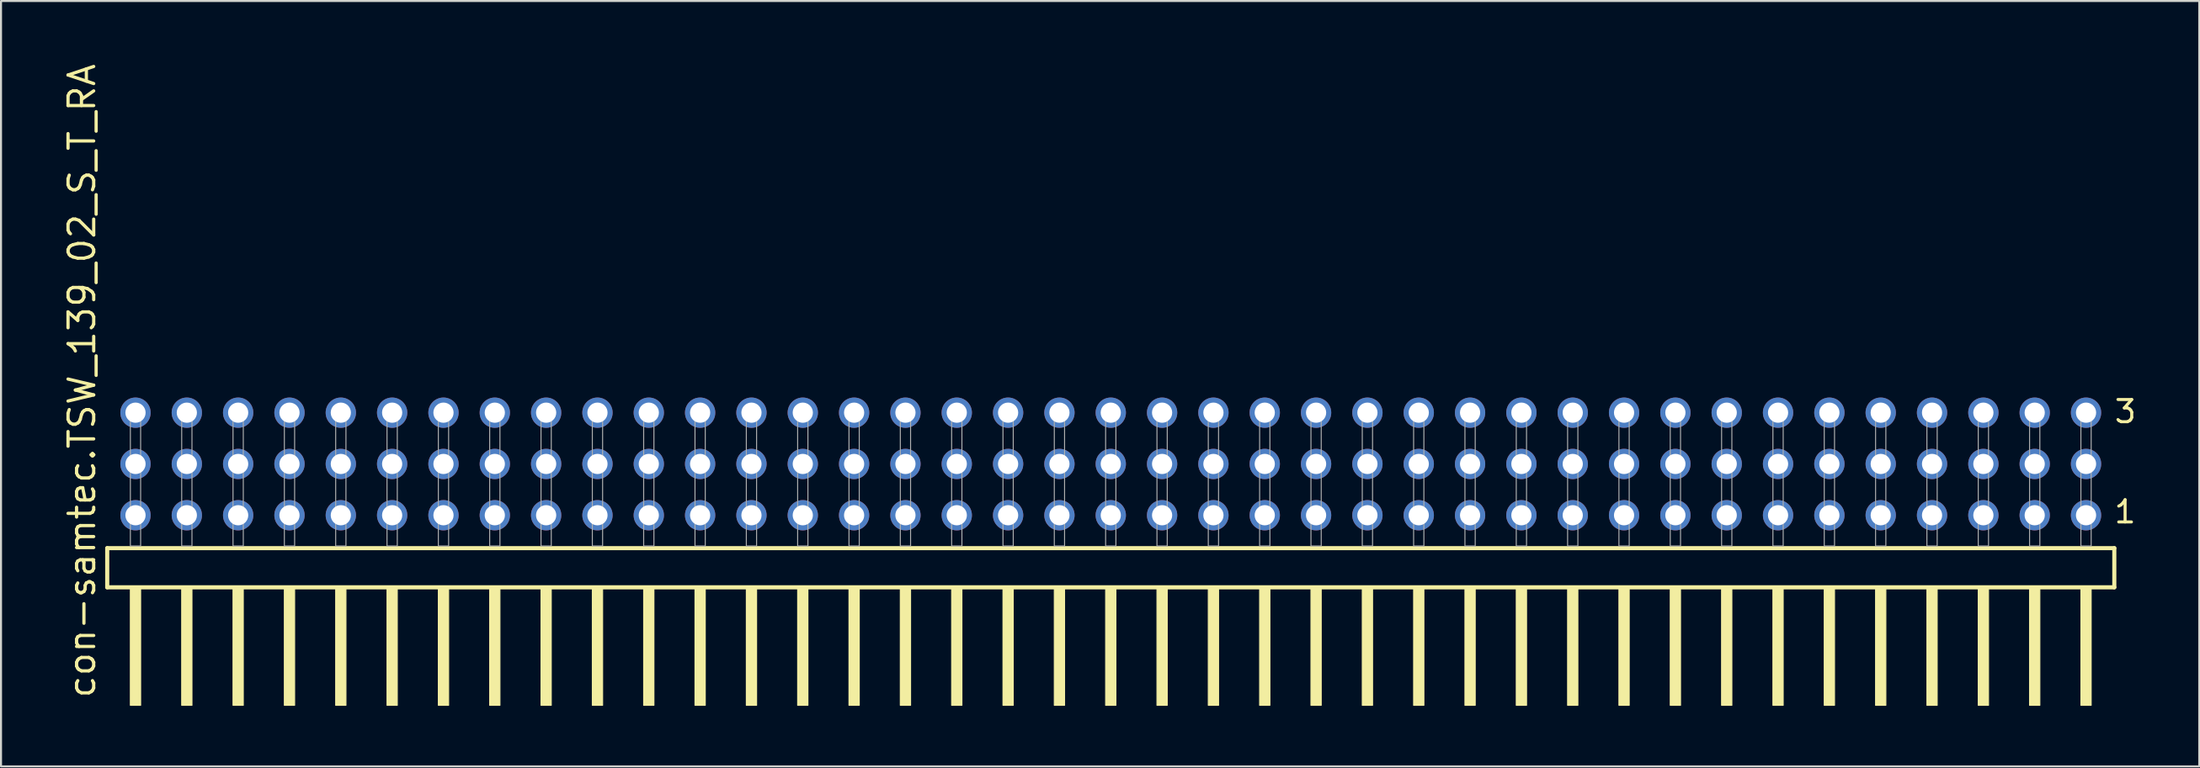
<source format=kicad_pcb>
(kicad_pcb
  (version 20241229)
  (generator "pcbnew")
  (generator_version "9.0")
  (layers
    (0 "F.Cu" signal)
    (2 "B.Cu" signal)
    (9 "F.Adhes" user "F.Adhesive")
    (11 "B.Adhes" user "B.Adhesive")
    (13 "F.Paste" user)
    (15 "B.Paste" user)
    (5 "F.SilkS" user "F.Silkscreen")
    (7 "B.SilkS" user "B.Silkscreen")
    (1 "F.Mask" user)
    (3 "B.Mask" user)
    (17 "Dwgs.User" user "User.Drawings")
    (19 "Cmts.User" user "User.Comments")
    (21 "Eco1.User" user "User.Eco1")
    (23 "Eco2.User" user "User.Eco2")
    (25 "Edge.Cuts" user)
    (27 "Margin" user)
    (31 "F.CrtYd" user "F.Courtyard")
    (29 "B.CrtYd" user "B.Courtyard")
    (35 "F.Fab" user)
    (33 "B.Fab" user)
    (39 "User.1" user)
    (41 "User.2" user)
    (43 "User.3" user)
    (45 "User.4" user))
  (footprint "con-samtec.TSW_139_02_S_T_RA"
    (layer "F.Cu")
    (at 51.915 23.993)
    (property "Reference" "con-samtec.TSW_139_02_S_T_RA" (at -50.165 7.62 90) (layer "F.SilkS") (effects (font (size 1.27 1.27) (thickness 0.16)) (justify left bottom)))
    (attr through_hole)
    (fp_line (start -49.659 0.106) (end -49.659 2.046) (stroke (width 0.203) (type default)) (layer "F.SilkS"))
    (fp_line (start -49.659 2.046) (end 49.659 2.046) (stroke (width 0.203) (type default)) (layer "F.SilkS"))
    (fp_line (start 49.659 0.106) (end -49.659 0.106) (stroke (width 0.203) (type default)) (layer "F.SilkS"))
    (fp_line (start 49.659 2.046) (end 49.659 0.106) (stroke (width 0.203) (type default)) (layer "F.SilkS"))
    (fp_rect (start -48.514 7.89) (end -48.006 2.04) (stroke (width 0.05) (type default)) (fill yes) (layer "F.SilkS"))
    (fp_rect (start -45.974 7.89) (end -45.466 2.04) (stroke (width 0.05) (type default)) (fill yes) (layer "F.SilkS"))
    (fp_rect (start -43.434 7.89) (end -42.926 2.04) (stroke (width 0.05) (type default)) (fill yes) (layer "F.SilkS"))
    (fp_rect (start -40.894 7.89) (end -40.386 2.04) (stroke (width 0.05) (type default)) (fill yes) (layer "F.SilkS"))
    (fp_rect (start -38.354 7.89) (end -37.846 2.04) (stroke (width 0.05) (type default)) (fill yes) (layer "F.SilkS"))
    (fp_rect (start -35.814 7.89) (end -35.306 2.04) (stroke (width 0.05) (type default)) (fill yes) (layer "F.SilkS"))
    (fp_rect (start -33.274 7.89) (end -32.766 2.04) (stroke (width 0.05) (type default)) (fill yes) (layer "F.SilkS"))
    (fp_rect (start -30.734 7.89) (end -30.226 2.04) (stroke (width 0.05) (type default)) (fill yes) (layer "F.SilkS"))
    (fp_rect (start -28.194 7.89) (end -27.686 2.04) (stroke (width 0.05) (type default)) (fill yes) (layer "F.SilkS"))
    (fp_rect (start -25.654 7.89) (end -25.146 2.04) (stroke (width 0.05) (type default)) (fill yes) (layer "F.SilkS"))
    (fp_rect (start -23.114 7.89) (end -22.606 2.04) (stroke (width 0.05) (type default)) (fill yes) (layer "F.SilkS"))
    (fp_rect (start -20.574 7.89) (end -20.066 2.04) (stroke (width 0.05) (type default)) (fill yes) (layer "F.SilkS"))
    (fp_rect (start -18.034 7.89) (end -17.526 2.04) (stroke (width 0.05) (type default)) (fill yes) (layer "F.SilkS"))
    (fp_rect (start -15.494 7.89) (end -14.986 2.04) (stroke (width 0.05) (type default)) (fill yes) (layer "F.SilkS"))
    (fp_rect (start -12.954 7.89) (end -12.446 2.04) (stroke (width 0.05) (type default)) (fill yes) (layer "F.SilkS"))
    (fp_rect (start -10.414 7.89) (end -9.906 2.04) (stroke (width 0.05) (type default)) (fill yes) (layer "F.SilkS"))
    (fp_rect (start -7.874 7.89) (end -7.366 2.04) (stroke (width 0.05) (type default)) (fill yes) (layer "F.SilkS"))
    (fp_rect (start -5.334 7.89) (end -4.826 2.04) (stroke (width 0.05) (type default)) (fill yes) (layer "F.SilkS"))
    (fp_rect (start -2.794 7.89) (end -2.286 2.04) (stroke (width 0.05) (type default)) (fill yes) (layer "F.SilkS"))
    (fp_rect (start -0.254 7.89) (end 0.254 2.04) (stroke (width 0.05) (type default)) (fill yes) (layer "F.SilkS"))
    (fp_rect (start 2.286 7.89) (end 2.794 2.04) (stroke (width 0.05) (type default)) (fill yes) (layer "F.SilkS"))
    (fp_rect (start 4.826 7.89) (end 5.334 2.04) (stroke (width 0.05) (type default)) (fill yes) (layer "F.SilkS"))
    (fp_rect (start 7.366 7.89) (end 7.874 2.04) (stroke (width 0.05) (type default)) (fill yes) (layer "F.SilkS"))
    (fp_rect (start 9.906 7.89) (end 10.414 2.04) (stroke (width 0.05) (type default)) (fill yes) (layer "F.SilkS"))
    (fp_rect (start 12.446 7.89) (end 12.954 2.04) (stroke (width 0.05) (type default)) (fill yes) (layer "F.SilkS"))
    (fp_rect (start 14.986 7.89) (end 15.494 2.04) (stroke (width 0.05) (type default)) (fill yes) (layer "F.SilkS"))
    (fp_rect (start 17.526 7.89) (end 18.034 2.04) (stroke (width 0.05) (type default)) (fill yes) (layer "F.SilkS"))
    (fp_rect (start 20.066 7.89) (end 20.574 2.04) (stroke (width 0.05) (type default)) (fill yes) (layer "F.SilkS"))
    (fp_rect (start 22.606 7.89) (end 23.114 2.04) (stroke (width 0.05) (type default)) (fill yes) (layer "F.SilkS"))
    (fp_rect (start 25.146 7.89) (end 25.654 2.04) (stroke (width 0.05) (type default)) (fill yes) (layer "F.SilkS"))
    (fp_rect (start 27.686 7.89) (end 28.194 2.04) (stroke (width 0.05) (type default)) (fill yes) (layer "F.SilkS"))
    (fp_rect (start 30.226 7.89) (end 30.734 2.04) (stroke (width 0.05) (type default)) (fill yes) (layer "F.SilkS"))
    (fp_rect (start 32.766 7.89) (end 33.274 2.04) (stroke (width 0.05) (type default)) (fill yes) (layer "F.SilkS"))
    (fp_rect (start 35.306 7.89) (end 35.814 2.04) (stroke (width 0.05) (type default)) (fill yes) (layer "F.SilkS"))
    (fp_rect (start 37.846 7.89) (end 38.354 2.04) (stroke (width 0.05) (type default)) (fill yes) (layer "F.SilkS"))
    (fp_rect (start 40.386 7.89) (end 40.894 2.04) (stroke (width 0.05) (type default)) (fill yes) (layer "F.SilkS"))
    (fp_rect (start 42.926 7.89) (end 43.434 2.04) (stroke (width 0.05) (type default)) (fill yes) (layer "F.SilkS"))
    (fp_rect (start 45.466 7.89) (end 45.974 2.04) (stroke (width 0.05) (type default)) (fill yes) (layer "F.SilkS"))
    (fp_rect (start 48.006 7.89) (end 48.514 2.04) (stroke (width 0.05) (type default)) (fill yes) (layer "F.SilkS"))
    (fp_rect (start -48.514 0) (end -48.006 -6.858) (stroke (width 0.05) (type default)) (fill no) (layer "F.Fab"))
    (fp_rect (start -45.974 0) (end -45.466 -6.858) (stroke (width 0.05) (type default)) (fill no) (layer "F.Fab"))
    (fp_rect (start -43.434 0) (end -42.926 -6.858) (stroke (width 0.05) (type default)) (fill no) (layer "F.Fab"))
    (fp_rect (start -40.894 0) (end -40.386 -6.858) (stroke (width 0.05) (type default)) (fill no) (layer "F.Fab"))
    (fp_rect (start -38.354 0) (end -37.846 -6.858) (stroke (width 0.05) (type default)) (fill no) (layer "F.Fab"))
    (fp_rect (start -35.814 0) (end -35.306 -6.858) (stroke (width 0.05) (type default)) (fill no) (layer "F.Fab"))
    (fp_rect (start -33.274 0) (end -32.766 -6.858) (stroke (width 0.05) (type default)) (fill no) (layer "F.Fab"))
    (fp_rect (start -30.734 0) (end -30.226 -6.858) (stroke (width 0.05) (type default)) (fill no) (layer "F.Fab"))
    (fp_rect (start -28.194 0) (end -27.686 -6.858) (stroke (width 0.05) (type default)) (fill no) (layer "F.Fab"))
    (fp_rect (start -25.654 0) (end -25.146 -6.858) (stroke (width 0.05) (type default)) (fill no) (layer "F.Fab"))
    (fp_rect (start -23.114 0) (end -22.606 -6.858) (stroke (width 0.05) (type default)) (fill no) (layer "F.Fab"))
    (fp_rect (start -20.574 0) (end -20.066 -6.858) (stroke (width 0.05) (type default)) (fill no) (layer "F.Fab"))
    (fp_rect (start -18.034 0) (end -17.526 -6.858) (stroke (width 0.05) (type default)) (fill no) (layer "F.Fab"))
    (fp_rect (start -15.494 0) (end -14.986 -6.858) (stroke (width 0.05) (type default)) (fill no) (layer "F.Fab"))
    (fp_rect (start -12.954 0) (end -12.446 -6.858) (stroke (width 0.05) (type default)) (fill no) (layer "F.Fab"))
    (fp_rect (start -10.414 0) (end -9.906 -6.858) (stroke (width 0.05) (type default)) (fill no) (layer "F.Fab"))
    (fp_rect (start -7.874 0) (end -7.366 -6.858) (stroke (width 0.05) (type default)) (fill no) (layer "F.Fab"))
    (fp_rect (start -5.334 0) (end -4.826 -6.858) (stroke (width 0.05) (type default)) (fill no) (layer "F.Fab"))
    (fp_rect (start -2.794 0) (end -2.286 -6.858) (stroke (width 0.05) (type default)) (fill no) (layer "F.Fab"))
    (fp_rect (start -0.254 0) (end 0.254 -6.858) (stroke (width 0.05) (type default)) (fill no) (layer "F.Fab"))
    (fp_rect (start 2.286 0) (end 2.794 -6.858) (stroke (width 0.05) (type default)) (fill no) (layer "F.Fab"))
    (fp_rect (start 4.826 0) (end 5.334 -6.858) (stroke (width 0.05) (type default)) (fill no) (layer "F.Fab"))
    (fp_rect (start 7.366 0) (end 7.874 -6.858) (stroke (width 0.05) (type default)) (fill no) (layer "F.Fab"))
    (fp_rect (start 9.906 0) (end 10.414 -6.858) (stroke (width 0.05) (type default)) (fill no) (layer "F.Fab"))
    (fp_rect (start 12.446 0) (end 12.954 -6.858) (stroke (width 0.05) (type default)) (fill no) (layer "F.Fab"))
    (fp_rect (start 14.986 0) (end 15.494 -6.858) (stroke (width 0.05) (type default)) (fill no) (layer "F.Fab"))
    (fp_rect (start 17.526 0) (end 18.034 -6.858) (stroke (width 0.05) (type default)) (fill no) (layer "F.Fab"))
    (fp_rect (start 20.066 0) (end 20.574 -6.858) (stroke (width 0.05) (type default)) (fill no) (layer "F.Fab"))
    (fp_rect (start 22.606 0) (end 23.114 -6.858) (stroke (width 0.05) (type default)) (fill no) (layer "F.Fab"))
    (fp_rect (start 25.146 0) (end 25.654 -6.858) (stroke (width 0.05) (type default)) (fill no) (layer "F.Fab"))
    (fp_rect (start 27.686 0) (end 28.194 -6.858) (stroke (width 0.05) (type default)) (fill no) (layer "F.Fab"))
    (fp_rect (start 30.226 0) (end 30.734 -6.858) (stroke (width 0.05) (type default)) (fill no) (layer "F.Fab"))
    (fp_rect (start 32.766 0) (end 33.274 -6.858) (stroke (width 0.05) (type default)) (fill no) (layer "F.Fab"))
    (fp_rect (start 35.306 0) (end 35.814 -6.858) (stroke (width 0.05) (type default)) (fill no) (layer "F.Fab"))
    (fp_rect (start 37.846 0) (end 38.354 -6.858) (stroke (width 0.05) (type default)) (fill no) (layer "F.Fab"))
    (fp_rect (start 40.386 0) (end 40.894 -6.858) (stroke (width 0.05) (type default)) (fill no) (layer "F.Fab"))
    (fp_rect (start 42.926 0) (end 43.434 -6.858) (stroke (width 0.05) (type default)) (fill no) (layer "F.Fab"))
    (fp_rect (start 45.466 0) (end 45.974 -6.858) (stroke (width 0.05) (type default)) (fill no) (layer "F.Fab"))
    (fp_rect (start 48.006 0) (end 48.514 -6.858) (stroke (width 0.05) (type default)) (fill no) (layer "F.Fab"))
    (fp_text user "1" (at 49.57 -1.05 0) (layer "F.SilkS") (effects (font (size 1.1 1.1) (thickness 0.15)) (justify left bottom)))
    (fp_text user "3" (at 49.585 -6.015 0) (layer "F.SilkS") (effects (font (size 1.1 1.1) (thickness 0.15)) (justify left bottom)))
    (pad "1" thru_hole circle (at 48.26 -1.524 180) (size 1.5 1.5) (drill 1) (layers "*.Cu" "*.Mask"))
    (pad "2" thru_hole circle (at 48.26 -4.064 180) (size 1.5 1.5) (drill 1) (layers "*.Cu" "*.Mask"))
    (pad "3" thru_hole circle (at 48.26 -6.604 180) (size 1.5 1.5) (drill 1) (layers "*.Cu" "*.Mask"))
    (pad "4" thru_hole circle (at 45.72 -1.524 180) (size 1.5 1.5) (drill 1) (layers "*.Cu" "*.Mask"))
    (pad "5" thru_hole circle (at 45.72 -4.064 180) (size 1.5 1.5) (drill 1) (layers "*.Cu" "*.Mask"))
    (pad "6" thru_hole circle (at 45.72 -6.604 180) (size 1.5 1.5) (drill 1) (layers "*.Cu" "*.Mask"))
    (pad "7" thru_hole circle (at 43.18 -1.524 180) (size 1.5 1.5) (drill 1) (layers "*.Cu" "*.Mask"))
    (pad "8" thru_hole circle (at 43.18 -4.064 180) (size 1.5 1.5) (drill 1) (layers "*.Cu" "*.Mask"))
    (pad "9" thru_hole circle (at 43.18 -6.604 180) (size 1.5 1.5) (drill 1) (layers "*.Cu" "*.Mask"))
    (pad "10" thru_hole circle (at 40.64 -1.524 180) (size 1.5 1.5) (drill 1) (layers "*.Cu" "*.Mask"))
    (pad "11" thru_hole circle (at 40.64 -4.064 180) (size 1.5 1.5) (drill 1) (layers "*.Cu" "*.Mask"))
    (pad "12" thru_hole circle (at 40.64 -6.604 180) (size 1.5 1.5) (drill 1) (layers "*.Cu" "*.Mask"))
    (pad "13" thru_hole circle (at 38.1 -1.524 180) (size 1.5 1.5) (drill 1) (layers "*.Cu" "*.Mask"))
    (pad "14" thru_hole circle (at 38.1 -4.064 180) (size 1.5 1.5) (drill 1) (layers "*.Cu" "*.Mask"))
    (pad "15" thru_hole circle (at 38.1 -6.604 180) (size 1.5 1.5) (drill 1) (layers "*.Cu" "*.Mask"))
    (pad "16" thru_hole circle (at 35.56 -1.524 180) (size 1.5 1.5) (drill 1) (layers "*.Cu" "*.Mask"))
    (pad "17" thru_hole circle (at 35.56 -4.064 180) (size 1.5 1.5) (drill 1) (layers "*.Cu" "*.Mask"))
    (pad "18" thru_hole circle (at 35.56 -6.604 180) (size 1.5 1.5) (drill 1) (layers "*.Cu" "*.Mask"))
    (pad "19" thru_hole circle (at 33.02 -1.524 180) (size 1.5 1.5) (drill 1) (layers "*.Cu" "*.Mask"))
    (pad "20" thru_hole circle (at 33.02 -4.064 180) (size 1.5 1.5) (drill 1) (layers "*.Cu" "*.Mask"))
    (pad "21" thru_hole circle (at 33.02 -6.604 180) (size 1.5 1.5) (drill 1) (layers "*.Cu" "*.Mask"))
    (pad "22" thru_hole circle (at 30.48 -1.524 180) (size 1.5 1.5) (drill 1) (layers "*.Cu" "*.Mask"))
    (pad "23" thru_hole circle (at 30.48 -4.064 180) (size 1.5 1.5) (drill 1) (layers "*.Cu" "*.Mask"))
    (pad "24" thru_hole circle (at 30.48 -6.604 180) (size 1.5 1.5) (drill 1) (layers "*.Cu" "*.Mask"))
    (pad "25" thru_hole circle (at 27.94 -1.524 180) (size 1.5 1.5) (drill 1) (layers "*.Cu" "*.Mask"))
    (pad "26" thru_hole circle (at 27.94 -4.064 180) (size 1.5 1.5) (drill 1) (layers "*.Cu" "*.Mask"))
    (pad "27" thru_hole circle (at 27.94 -6.604 180) (size 1.5 1.5) (drill 1) (layers "*.Cu" "*.Mask"))
    (pad "28" thru_hole circle (at 25.4 -1.524 180) (size 1.5 1.5) (drill 1) (layers "*.Cu" "*.Mask"))
    (pad "29" thru_hole circle (at 25.4 -4.064 180) (size 1.5 1.5) (drill 1) (layers "*.Cu" "*.Mask"))
    (pad "30" thru_hole circle (at 25.4 -6.604 180) (size 1.5 1.5) (drill 1) (layers "*.Cu" "*.Mask"))
    (pad "31" thru_hole circle (at 22.86 -1.524 180) (size 1.5 1.5) (drill 1) (layers "*.Cu" "*.Mask"))
    (pad "32" thru_hole circle (at 22.86 -4.064 180) (size 1.5 1.5) (drill 1) (layers "*.Cu" "*.Mask"))
    (pad "33" thru_hole circle (at 22.86 -6.604 180) (size 1.5 1.5) (drill 1) (layers "*.Cu" "*.Mask"))
    (pad "34" thru_hole circle (at 20.32 -1.524 180) (size 1.5 1.5) (drill 1) (layers "*.Cu" "*.Mask"))
    (pad "35" thru_hole circle (at 20.32 -4.064 180) (size 1.5 1.5) (drill 1) (layers "*.Cu" "*.Mask"))
    (pad "36" thru_hole circle (at 20.32 -6.604 180) (size 1.5 1.5) (drill 1) (layers "*.Cu" "*.Mask"))
    (pad "37" thru_hole circle (at 17.78 -1.524 180) (size 1.5 1.5) (drill 1) (layers "*.Cu" "*.Mask"))
    (pad "38" thru_hole circle (at 17.78 -4.064 180) (size 1.5 1.5) (drill 1) (layers "*.Cu" "*.Mask"))
    (pad "39" thru_hole circle (at 17.78 -6.604 180) (size 1.5 1.5) (drill 1) (layers "*.Cu" "*.Mask"))
    (pad "40" thru_hole circle (at 15.24 -1.524 180) (size 1.5 1.5) (drill 1) (layers "*.Cu" "*.Mask"))
    (pad "41" thru_hole circle (at 15.24 -4.064 180) (size 1.5 1.5) (drill 1) (layers "*.Cu" "*.Mask"))
    (pad "42" thru_hole circle (at 15.24 -6.604 180) (size 1.5 1.5) (drill 1) (layers "*.Cu" "*.Mask"))
    (pad "43" thru_hole circle (at 12.7 -1.524 180) (size 1.5 1.5) (drill 1) (layers "*.Cu" "*.Mask"))
    (pad "44" thru_hole circle (at 12.7 -4.064 180) (size 1.5 1.5) (drill 1) (layers "*.Cu" "*.Mask"))
    (pad "45" thru_hole circle (at 12.7 -6.604 180) (size 1.5 1.5) (drill 1) (layers "*.Cu" "*.Mask"))
    (pad "46" thru_hole circle (at 10.16 -1.524 180) (size 1.5 1.5) (drill 1) (layers "*.Cu" "*.Mask"))
    (pad "47" thru_hole circle (at 10.16 -4.064 180) (size 1.5 1.5) (drill 1) (layers "*.Cu" "*.Mask"))
    (pad "48" thru_hole circle (at 10.16 -6.604 180) (size 1.5 1.5) (drill 1) (layers "*.Cu" "*.Mask"))
    (pad "49" thru_hole circle (at 7.62 -1.524 180) (size 1.5 1.5) (drill 1) (layers "*.Cu" "*.Mask"))
    (pad "50" thru_hole circle (at 7.62 -4.064 180) (size 1.5 1.5) (drill 1) (layers "*.Cu" "*.Mask"))
    (pad "51" thru_hole circle (at 7.62 -6.604 180) (size 1.5 1.5) (drill 1) (layers "*.Cu" "*.Mask"))
    (pad "52" thru_hole circle (at 5.08 -1.524 180) (size 1.5 1.5) (drill 1) (layers "*.Cu" "*.Mask"))
    (pad "53" thru_hole circle (at 5.08 -4.064 180) (size 1.5 1.5) (drill 1) (layers "*.Cu" "*.Mask"))
    (pad "54" thru_hole circle (at 5.08 -6.604 180) (size 1.5 1.5) (drill 1) (layers "*.Cu" "*.Mask"))
    (pad "55" thru_hole circle (at 2.54 -1.524 180) (size 1.5 1.5) (drill 1) (layers "*.Cu" "*.Mask"))
    (pad "56" thru_hole circle (at 2.54 -4.064 180) (size 1.5 1.5) (drill 1) (layers "*.Cu" "*.Mask"))
    (pad "57" thru_hole circle (at 2.54 -6.604 180) (size 1.5 1.5) (drill 1) (layers "*.Cu" "*.Mask"))
    (pad "58" thru_hole circle (at 0 -1.524 180) (size 1.5 1.5) (drill 1) (layers "*.Cu" "*.Mask"))
    (pad "59" thru_hole circle (at 0 -4.064 180) (size 1.5 1.5) (drill 1) (layers "*.Cu" "*.Mask"))
    (pad "60" thru_hole circle (at 0 -6.604 180) (size 1.5 1.5) (drill 1) (layers "*.Cu" "*.Mask"))
    (pad "61" thru_hole circle (at -2.54 -1.524 180) (size 1.5 1.5) (drill 1) (layers "*.Cu" "*.Mask"))
    (pad "62" thru_hole circle (at -2.54 -4.064 180) (size 1.5 1.5) (drill 1) (layers "*.Cu" "*.Mask"))
    (pad "63" thru_hole circle (at -2.54 -6.604 180) (size 1.5 1.5) (drill 1) (layers "*.Cu" "*.Mask"))
    (pad "64" thru_hole circle (at -5.08 -1.524 180) (size 1.5 1.5) (drill 1) (layers "*.Cu" "*.Mask"))
    (pad "65" thru_hole circle (at -5.08 -4.064 180) (size 1.5 1.5) (drill 1) (layers "*.Cu" "*.Mask"))
    (pad "66" thru_hole circle (at -5.08 -6.604 180) (size 1.5 1.5) (drill 1) (layers "*.Cu" "*.Mask"))
    (pad "67" thru_hole circle (at -7.62 -1.524 180) (size 1.5 1.5) (drill 1) (layers "*.Cu" "*.Mask"))
    (pad "68" thru_hole circle (at -7.62 -4.064 180) (size 1.5 1.5) (drill 1) (layers "*.Cu" "*.Mask"))
    (pad "69" thru_hole circle (at -7.62 -6.604 180) (size 1.5 1.5) (drill 1) (layers "*.Cu" "*.Mask"))
    (pad "70" thru_hole circle (at -10.16 -1.524 180) (size 1.5 1.5) (drill 1) (layers "*.Cu" "*.Mask"))
    (pad "71" thru_hole circle (at -10.16 -4.064 180) (size 1.5 1.5) (drill 1) (layers "*.Cu" "*.Mask"))
    (pad "72" thru_hole circle (at -10.16 -6.604 180) (size 1.5 1.5) (drill 1) (layers "*.Cu" "*.Mask"))
    (pad "73" thru_hole circle (at -12.7 -1.524 180) (size 1.5 1.5) (drill 1) (layers "*.Cu" "*.Mask"))
    (pad "74" thru_hole circle (at -12.7 -4.064 180) (size 1.5 1.5) (drill 1) (layers "*.Cu" "*.Mask"))
    (pad "75" thru_hole circle (at -12.7 -6.604 180) (size 1.5 1.5) (drill 1) (layers "*.Cu" "*.Mask"))
    (pad "76" thru_hole circle (at -15.24 -1.524 180) (size 1.5 1.5) (drill 1) (layers "*.Cu" "*.Mask"))
    (pad "77" thru_hole circle (at -15.24 -4.064 180) (size 1.5 1.5) (drill 1) (layers "*.Cu" "*.Mask"))
    (pad "78" thru_hole circle (at -15.24 -6.604 180) (size 1.5 1.5) (drill 1) (layers "*.Cu" "*.Mask"))
    (pad "79" thru_hole circle (at -17.78 -1.524 180) (size 1.5 1.5) (drill 1) (layers "*.Cu" "*.Mask"))
    (pad "80" thru_hole circle (at -17.78 -4.064 180) (size 1.5 1.5) (drill 1) (layers "*.Cu" "*.Mask"))
    (pad "81" thru_hole circle (at -17.78 -6.604 180) (size 1.5 1.5) (drill 1) (layers "*.Cu" "*.Mask"))
    (pad "82" thru_hole circle (at -20.32 -1.524 180) (size 1.5 1.5) (drill 1) (layers "*.Cu" "*.Mask"))
    (pad "83" thru_hole circle (at -20.32 -4.064 180) (size 1.5 1.5) (drill 1) (layers "*.Cu" "*.Mask"))
    (pad "84" thru_hole circle (at -20.32 -6.604 180) (size 1.5 1.5) (drill 1) (layers "*.Cu" "*.Mask"))
    (pad "85" thru_hole circle (at -22.86 -1.524 180) (size 1.5 1.5) (drill 1) (layers "*.Cu" "*.Mask"))
    (pad "86" thru_hole circle (at -22.86 -4.064 180) (size 1.5 1.5) (drill 1) (layers "*.Cu" "*.Mask"))
    (pad "87" thru_hole circle (at -22.86 -6.604 180) (size 1.5 1.5) (drill 1) (layers "*.Cu" "*.Mask"))
    (pad "88" thru_hole circle (at -25.4 -1.524 180) (size 1.5 1.5) (drill 1) (layers "*.Cu" "*.Mask"))
    (pad "89" thru_hole circle (at -25.4 -4.064 180) (size 1.5 1.5) (drill 1) (layers "*.Cu" "*.Mask"))
    (pad "90" thru_hole circle (at -25.4 -6.604 180) (size 1.5 1.5) (drill 1) (layers "*.Cu" "*.Mask"))
    (pad "91" thru_hole circle (at -27.94 -1.524 180) (size 1.5 1.5) (drill 1) (layers "*.Cu" "*.Mask"))
    (pad "92" thru_hole circle (at -27.94 -4.064 180) (size 1.5 1.5) (drill 1) (layers "*.Cu" "*.Mask"))
    (pad "93" thru_hole circle (at -27.94 -6.604 180) (size 1.5 1.5) (drill 1) (layers "*.Cu" "*.Mask"))
    (pad "94" thru_hole circle (at -30.48 -1.524 180) (size 1.5 1.5) (drill 1) (layers "*.Cu" "*.Mask"))
    (pad "95" thru_hole circle (at -30.48 -4.064 180) (size 1.5 1.5) (drill 1) (layers "*.Cu" "*.Mask"))
    (pad "96" thru_hole circle (at -30.48 -6.604 180) (size 1.5 1.5) (drill 1) (layers "*.Cu" "*.Mask"))
    (pad "97" thru_hole circle (at -33.02 -1.524 180) (size 1.5 1.5) (drill 1) (layers "*.Cu" "*.Mask"))
    (pad "98" thru_hole circle (at -33.02 -4.064 180) (size 1.5 1.5) (drill 1) (layers "*.Cu" "*.Mask"))
    (pad "99" thru_hole circle (at -33.02 -6.604 180) (size 1.5 1.5) (drill 1) (layers "*.Cu" "*.Mask"))
    (pad "100" thru_hole circle (at -35.56 -1.524 180) (size 1.5 1.5) (drill 1) (layers "*.Cu" "*.Mask"))
    (pad "101" thru_hole circle (at -35.56 -4.064 180) (size 1.5 1.5) (drill 1) (layers "*.Cu" "*.Mask"))
    (pad "102" thru_hole circle (at -35.56 -6.604 180) (size 1.5 1.5) (drill 1) (layers "*.Cu" "*.Mask"))
    (pad "103" thru_hole circle (at -38.1 -1.524 180) (size 1.5 1.5) (drill 1) (layers "*.Cu" "*.Mask"))
    (pad "104" thru_hole circle (at -38.1 -4.064 180) (size 1.5 1.5) (drill 1) (layers "*.Cu" "*.Mask"))
    (pad "105" thru_hole circle (at -38.1 -6.604 180) (size 1.5 1.5) (drill 1) (layers "*.Cu" "*.Mask"))
    (pad "106" thru_hole circle (at -40.64 -1.524 180) (size 1.5 1.5) (drill 1) (layers "*.Cu" "*.Mask"))
    (pad "107" thru_hole circle (at -40.64 -4.064 180) (size 1.5 1.5) (drill 1) (layers "*.Cu" "*.Mask"))
    (pad "108" thru_hole circle (at -40.64 -6.604 180) (size 1.5 1.5) (drill 1) (layers "*.Cu" "*.Mask"))
    (pad "109" thru_hole circle (at -43.18 -1.524 180) (size 1.5 1.5) (drill 1) (layers "*.Cu" "*.Mask"))
    (pad "110" thru_hole circle (at -43.18 -4.064 180) (size 1.5 1.5) (drill 1) (layers "*.Cu" "*.Mask"))
    (pad "111" thru_hole circle (at -43.18 -6.604 180) (size 1.5 1.5) (drill 1) (layers "*.Cu" "*.Mask"))
    (pad "112" thru_hole circle (at -45.72 -1.524 180) (size 1.5 1.5) (drill 1) (layers "*.Cu" "*.Mask"))
    (pad "113" thru_hole circle (at -45.72 -4.064 180) (size 1.5 1.5) (drill 1) (layers "*.Cu" "*.Mask"))
    (pad "114" thru_hole circle (at -45.72 -6.604 180) (size 1.5 1.5) (drill 1) (layers "*.Cu" "*.Mask"))
    (pad "115" thru_hole circle (at -48.26 -1.524 180) (size 1.5 1.5) (drill 1) (layers "*.Cu" "*.Mask"))
    (pad "116" thru_hole circle (at -48.26 -4.064 180) (size 1.5 1.5) (drill 1) (layers "*.Cu" "*.Mask"))
    (pad "117" thru_hole circle (at -48.26 -6.604 180) (size 1.5 1.5) (drill 1) (layers "*.Cu" "*.Mask")))
  (gr_rect
    (start -3 -3)
    (end 105.778 34.908)
    (stroke (width 0.1) (type default))
    (fill no)
    (layer "Edge.Cuts")))
</source>
